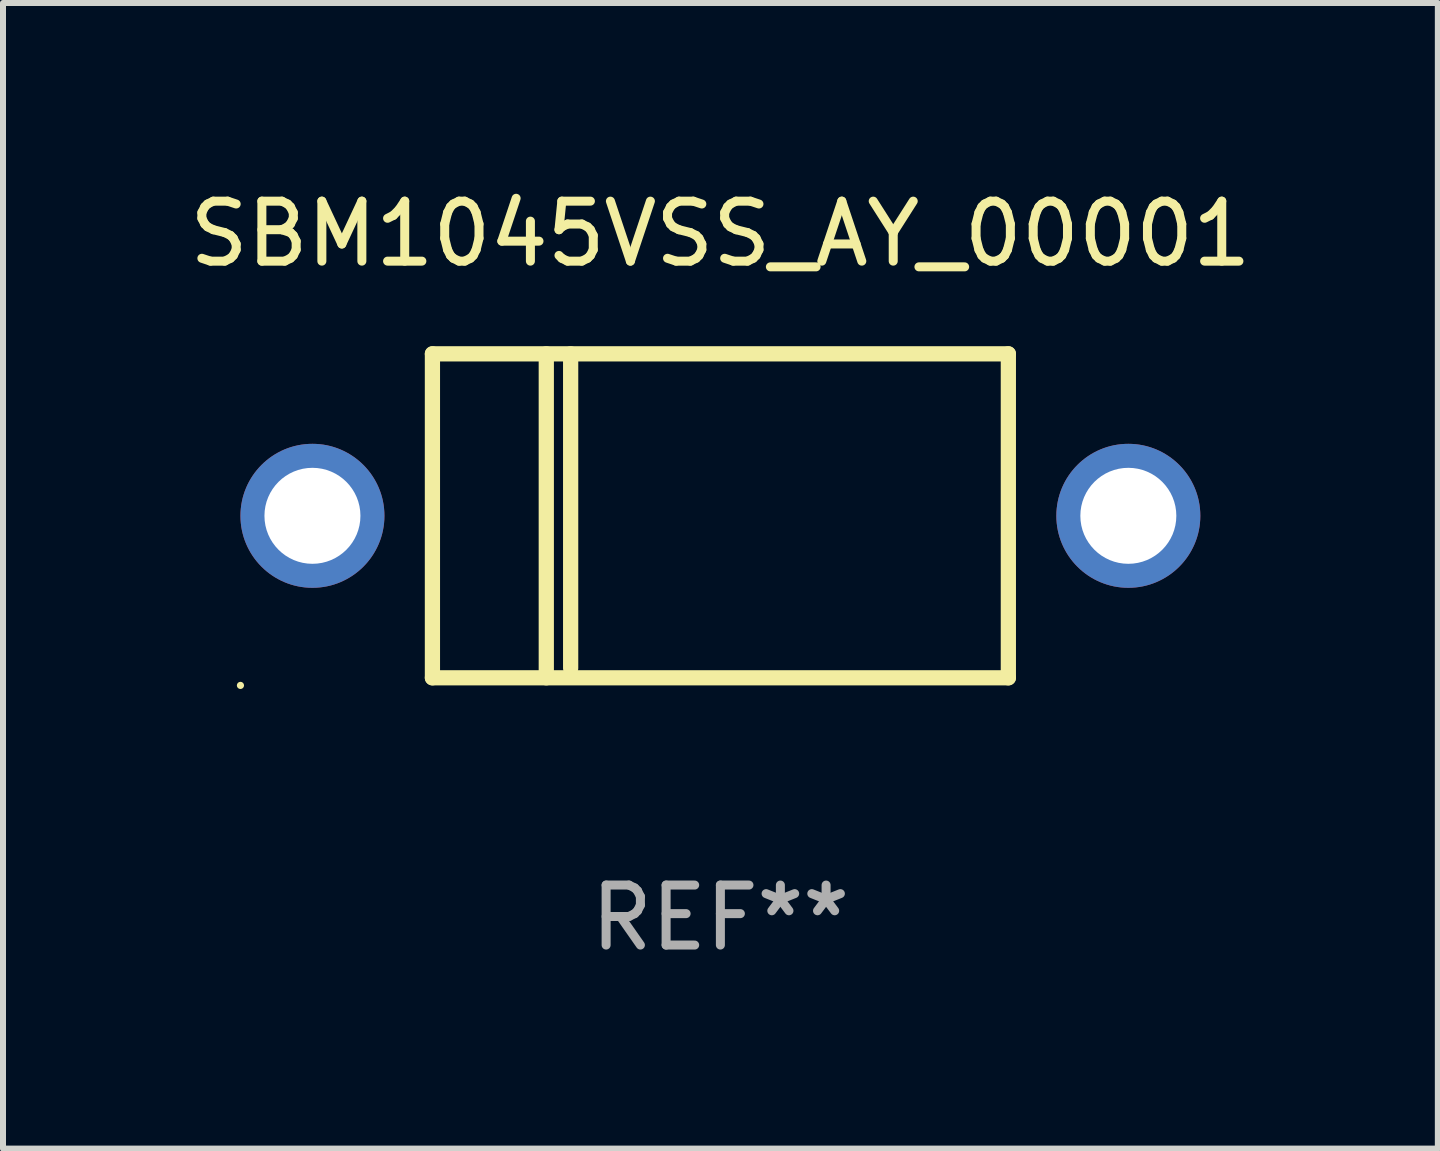
<source format=kicad_pcb>
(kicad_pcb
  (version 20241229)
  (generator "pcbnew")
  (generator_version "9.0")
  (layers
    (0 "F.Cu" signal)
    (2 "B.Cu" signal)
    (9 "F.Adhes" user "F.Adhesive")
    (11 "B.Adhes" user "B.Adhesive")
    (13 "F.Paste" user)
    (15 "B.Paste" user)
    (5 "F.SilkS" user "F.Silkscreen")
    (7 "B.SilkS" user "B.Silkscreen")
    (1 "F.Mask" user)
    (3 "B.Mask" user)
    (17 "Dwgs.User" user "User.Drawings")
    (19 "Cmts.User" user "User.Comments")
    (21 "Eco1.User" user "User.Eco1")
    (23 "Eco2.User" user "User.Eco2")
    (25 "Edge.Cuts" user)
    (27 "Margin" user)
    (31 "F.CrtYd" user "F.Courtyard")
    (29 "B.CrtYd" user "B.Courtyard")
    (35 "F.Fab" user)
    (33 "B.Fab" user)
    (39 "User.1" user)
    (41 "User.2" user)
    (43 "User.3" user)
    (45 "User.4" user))
  (footprint "SBM1045VSS_AY_00001"
    (layer "F.Cu")
    (at 8.958 5.548)
    (property "Reference" "SBM1045VSS_AY_00001" (at 0 -4.7 0) (layer "F.SilkS") (effects (font (size 1 1) (thickness 0.15))))
    (attr through_hole)
    (fp_line (start -4.8 -2.7) (end -4.8 2.7) (stroke (width 0.254) (type solid)) (layer "F.SilkS"))
    (fp_line (start -4.8 -2.7) (end 4.8 -2.7) (stroke (width 0.254) (type solid)) (layer "F.SilkS"))
    (fp_line (start -2.902 -2.7) (end -2.902 2.7) (stroke (width 0.254) (type solid)) (layer "F.SilkS"))
    (fp_line (start -2.496 -2.7) (end -2.496 2.54) (stroke (width 0.254) (type solid)) (layer "F.SilkS"))
    (fp_line (start 4.8 -2.7) (end 4.8 2.7) (stroke (width 0.254) (type solid)) (layer "F.SilkS"))
    (fp_line (start 4.8 2.7) (end -4.8 2.7) (stroke (width 0.254) (type solid)) (layer "F.SilkS"))
    (fp_circle (center -8 2.827) (end -7.97 2.827) (stroke (width 0.06) (type solid)) (fill no) (layer "F.SilkS"))
    (fp_text user "REF**" (at 0 6.7 0) (layer "F.Fab") (effects (font (size 1 1) (thickness 0.15))))
    (pad "1" thru_hole circle (at -6.8 0) (size 2.4 2.4) (drill 1.6) (layers "*.Cu" "*.Mask"))
    (pad "2" thru_hole circle (at 6.8 0) (size 2.4 2.4) (drill 1.6) (layers "*.Cu" "*.Mask")))
  (gr_rect
    (start -3 -3)
    (end 20.917 16.096)
    (stroke (width 0.1) (type default))
    (fill no)
    (layer "Edge.Cuts")))
</source>
